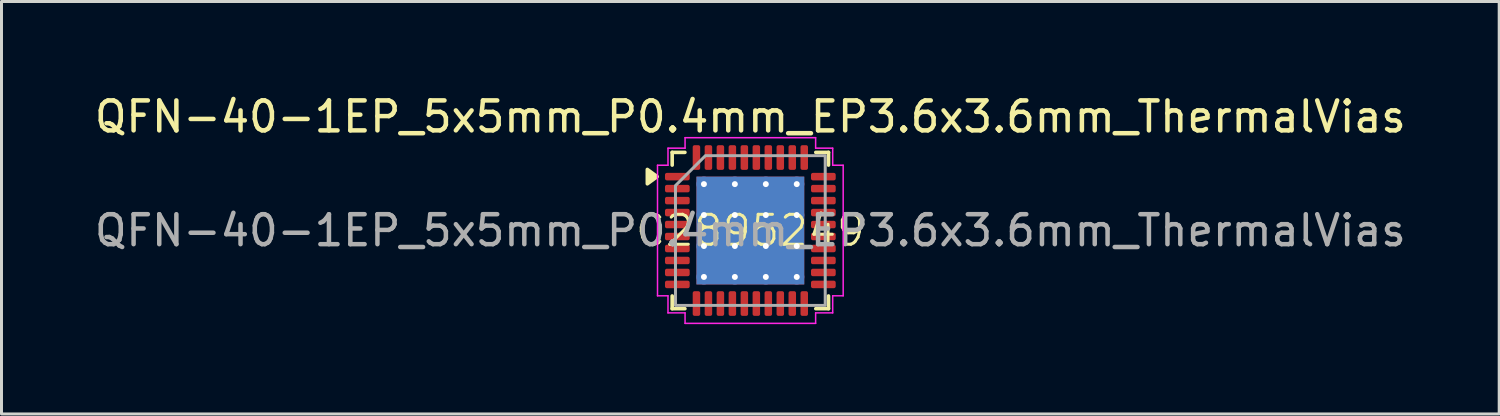
<source format=kicad_pcb>
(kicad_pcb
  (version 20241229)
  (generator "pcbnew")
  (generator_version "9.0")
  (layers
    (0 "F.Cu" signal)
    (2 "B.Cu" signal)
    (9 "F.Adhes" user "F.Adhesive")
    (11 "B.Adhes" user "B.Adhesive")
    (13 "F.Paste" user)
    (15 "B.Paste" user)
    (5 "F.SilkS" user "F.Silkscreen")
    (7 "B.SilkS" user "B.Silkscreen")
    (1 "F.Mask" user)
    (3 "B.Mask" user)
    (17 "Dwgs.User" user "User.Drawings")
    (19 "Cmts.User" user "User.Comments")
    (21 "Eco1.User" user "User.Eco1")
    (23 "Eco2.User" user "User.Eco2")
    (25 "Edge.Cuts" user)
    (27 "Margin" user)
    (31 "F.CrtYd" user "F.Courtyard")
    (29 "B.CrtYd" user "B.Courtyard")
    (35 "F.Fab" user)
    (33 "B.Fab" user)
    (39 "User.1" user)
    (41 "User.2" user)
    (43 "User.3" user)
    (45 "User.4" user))
  (footprint "QFN-40-1EP_5x5mm_P0.4mm_EP3.6x3.6mm_ThermalVias"
    (layer "F.Cu")
    (at 22.006 4.648)
    (property "Reference" "QFN-40-1EP_5x5mm_P0.4mm_EP3.6x3.6mm_ThermalVias" (at 0 -3.8 0) (layer "F.SilkS") (effects (font (size 1 1) (thickness 0.15))))
    (property "LCSC" "C2895249" (at 0 0 0) (layer "F.SilkS") (effects (font (size 1 1) (thickness 0.1))))
    (attr smd)
    (fp_line (start -2.61 -2.61) (end -2.185 -2.61) (stroke (width 0.12) (type solid)) (layer "F.SilkS"))
    (fp_line (start -2.61 -2.185) (end -2.61 -2.61) (stroke (width 0.12) (type solid)) (layer "F.SilkS"))
    (fp_line (start -2.61 2.61) (end -2.61 2.185) (stroke (width 0.12) (type solid)) (layer "F.SilkS"))
    (fp_line (start -2.185 2.61) (end -2.61 2.61) (stroke (width 0.12) (type solid)) (layer "F.SilkS"))
    (fp_line (start 2.185 -2.61) (end 2.61 -2.61) (stroke (width 0.12) (type solid)) (layer "F.SilkS"))
    (fp_line (start 2.61 -2.61) (end 2.61 -2.185) (stroke (width 0.12) (type solid)) (layer "F.SilkS"))
    (fp_line (start 2.61 2.185) (end 2.61 2.61) (stroke (width 0.12) (type solid)) (layer "F.SilkS"))
    (fp_line (start 2.61 2.61) (end 2.185 2.61) (stroke (width 0.12) (type solid)) (layer "F.SilkS"))
    (fp_poly (pts (xy -3.11 -1.8) (xy -3.44 -1.56) (xy -3.44 -2.04)) (stroke (width 0.12) (type solid)) (fill yes) (layer "F.SilkS"))
    (fp_line (start -3.1 -2.18) (end -2.75 -2.18) (stroke (width 0.05) (type solid)) (layer "F.CrtYd"))
    (fp_line (start -3.1 2.18) (end -3.1 -2.18) (stroke (width 0.05) (type solid)) (layer "F.CrtYd"))
    (fp_line (start -2.75 -2.75) (end -2.18 -2.75) (stroke (width 0.05) (type solid)) (layer "F.CrtYd"))
    (fp_line (start -2.75 -2.18) (end -2.75 -2.75) (stroke (width 0.05) (type solid)) (layer "F.CrtYd"))
    (fp_line (start -2.75 2.18) (end -3.1 2.18) (stroke (width 0.05) (type solid)) (layer "F.CrtYd"))
    (fp_line (start -2.75 2.75) (end -2.75 2.18) (stroke (width 0.05) (type solid)) (layer "F.CrtYd"))
    (fp_line (start -2.18 -3.1) (end 2.18 -3.1) (stroke (width 0.05) (type solid)) (layer "F.CrtYd"))
    (fp_line (start -2.18 -2.75) (end -2.18 -3.1) (stroke (width 0.05) (type solid)) (layer "F.CrtYd"))
    (fp_line (start -2.18 2.75) (end -2.75 2.75) (stroke (width 0.05) (type solid)) (layer "F.CrtYd"))
    (fp_line (start -2.18 3.1) (end -2.18 2.75) (stroke (width 0.05) (type solid)) (layer "F.CrtYd"))
    (fp_line (start 2.18 -3.1) (end 2.18 -2.75) (stroke (width 0.05) (type solid)) (layer "F.CrtYd"))
    (fp_line (start 2.18 -2.75) (end 2.75 -2.75) (stroke (width 0.05) (type solid)) (layer "F.CrtYd"))
    (fp_line (start 2.18 2.75) (end 2.18 3.1) (stroke (width 0.05) (type solid)) (layer "F.CrtYd"))
    (fp_line (start 2.18 3.1) (end -2.18 3.1) (stroke (width 0.05) (type solid)) (layer "F.CrtYd"))
    (fp_line (start 2.75 -2.75) (end 2.75 -2.18) (stroke (width 0.05) (type solid)) (layer "F.CrtYd"))
    (fp_line (start 2.75 -2.18) (end 3.1 -2.18) (stroke (width 0.05) (type solid)) (layer "F.CrtYd"))
    (fp_line (start 2.75 2.18) (end 2.75 2.75) (stroke (width 0.05) (type solid)) (layer "F.CrtYd"))
    (fp_line (start 2.75 2.75) (end 2.18 2.75) (stroke (width 0.05) (type solid)) (layer "F.CrtYd"))
    (fp_line (start 3.1 -2.18) (end 3.1 2.18) (stroke (width 0.05) (type solid)) (layer "F.CrtYd"))
    (fp_line (start 3.1 2.18) (end 2.75 2.18) (stroke (width 0.05) (type solid)) (layer "F.CrtYd"))
    (fp_poly (pts (xy -2.5 -1.5) (xy -2.5 2.5) (xy 2.5 2.5) (xy 2.5 -2.5) (xy -1.5 -2.5)) (stroke (width 0.1) (type solid)) (fill no) (layer "F.Fab"))
    (fp_text user "${REFERENCE}" (at 0 0 0) (layer "F.Fab") (effects (font (size 1 1) (thickness 0.15))))
    (pad "" smd roundrect (at -1.2 -1.2) (size 0.93 0.93) (layers "F.Paste") (roundrect_rratio 0.25))
    (pad "" smd roundrect (at -1.2 0) (size 0.93 0.93) (layers "F.Paste") (roundrect_rratio 0.25))
    (pad "" smd roundrect (at -1.2 1.2) (size 0.93 0.93) (layers "F.Paste") (roundrect_rratio 0.25))
    (pad "" smd roundrect (at 0 -1.2) (size 0.93 0.93) (layers "F.Paste") (roundrect_rratio 0.25))
    (pad "" smd roundrect (at 0 0) (size 0.93 0.93) (layers "F.Paste") (roundrect_rratio 0.25))
    (pad "" smd roundrect (at 0 1.2) (size 0.93 0.93) (layers "F.Paste") (roundrect_rratio 0.25))
    (pad "" smd roundrect (at 1.2 -1.2) (size 0.93 0.93) (layers "F.Paste") (roundrect_rratio 0.25))
    (pad "" smd roundrect (at 1.2 0) (size 0.93 0.93) (layers "F.Paste") (roundrect_rratio 0.25))
    (pad "" smd roundrect (at 1.2 1.2) (size 0.93 0.93) (layers "F.Paste") (roundrect_rratio 0.25))
    (pad "1" smd roundrect (at -2.438 -1.8) (size 0.825 0.25) (layers "F.Cu" "F.Mask" "F.Paste") (roundrect_rratio 0.25))
    (pad "2" smd roundrect (at -2.438 -1.4) (size 0.825 0.25) (layers "F.Cu" "F.Mask" "F.Paste") (roundrect_rratio 0.25))
    (pad "3" smd roundrect (at -2.438 -1) (size 0.825 0.25) (layers "F.Cu" "F.Mask" "F.Paste") (roundrect_rratio 0.25))
    (pad "4" smd roundrect (at -2.438 -0.6) (size 0.825 0.25) (layers "F.Cu" "F.Mask" "F.Paste") (roundrect_rratio 0.25))
    (pad "5" smd roundrect (at -2.438 -0.2) (size 0.825 0.25) (layers "F.Cu" "F.Mask" "F.Paste") (roundrect_rratio 0.25))
    (pad "6" smd roundrect (at -2.438 0.2) (size 0.825 0.25) (layers "F.Cu" "F.Mask" "F.Paste") (roundrect_rratio 0.25))
    (pad "7" smd roundrect (at -2.438 0.6) (size 0.825 0.25) (layers "F.Cu" "F.Mask" "F.Paste") (roundrect_rratio 0.25))
    (pad "8" smd roundrect (at -2.438 1) (size 0.825 0.25) (layers "F.Cu" "F.Mask" "F.Paste") (roundrect_rratio 0.25))
    (pad "9" smd roundrect (at -2.438 1.4) (size 0.825 0.25) (layers "F.Cu" "F.Mask" "F.Paste") (roundrect_rratio 0.25))
    (pad "10" smd roundrect (at -2.438 1.8) (size 0.825 0.25) (layers "F.Cu" "F.Mask" "F.Paste") (roundrect_rratio 0.25))
    (pad "11" smd roundrect (at -1.8 2.438) (size 0.25 0.825) (layers "F.Cu" "F.Mask" "F.Paste") (roundrect_rratio 0.25))
    (pad "12" smd roundrect (at -1.4 2.438) (size 0.25 0.825) (layers "F.Cu" "F.Mask" "F.Paste") (roundrect_rratio 0.25))
    (pad "13" smd roundrect (at -1 2.438) (size 0.25 0.825) (layers "F.Cu" "F.Mask" "F.Paste") (roundrect_rratio 0.25))
    (pad "14" smd roundrect (at -0.6 2.438) (size 0.25 0.825) (layers "F.Cu" "F.Mask" "F.Paste") (roundrect_rratio 0.25))
    (pad "15" smd roundrect (at -0.2 2.438) (size 0.25 0.825) (layers "F.Cu" "F.Mask" "F.Paste") (roundrect_rratio 0.25))
    (pad "16" smd roundrect (at 0.2 2.438) (size 0.25 0.825) (layers "F.Cu" "F.Mask" "F.Paste") (roundrect_rratio 0.25))
    (pad "17" smd roundrect (at 0.6 2.438) (size 0.25 0.825) (layers "F.Cu" "F.Mask" "F.Paste") (roundrect_rratio 0.25))
    (pad "18" smd roundrect (at 1 2.438) (size 0.25 0.825) (layers "F.Cu" "F.Mask" "F.Paste") (roundrect_rratio 0.25))
    (pad "19" smd roundrect (at 1.4 2.438) (size 0.25 0.825) (layers "F.Cu" "F.Mask" "F.Paste") (roundrect_rratio 0.25))
    (pad "20" smd roundrect (at 1.8 2.438) (size 0.25 0.825) (layers "F.Cu" "F.Mask" "F.Paste") (roundrect_rratio 0.25))
    (pad "21" smd roundrect (at 2.438 1.8) (size 0.825 0.25) (layers "F.Cu" "F.Mask" "F.Paste") (roundrect_rratio 0.25))
    (pad "22" smd roundrect (at 2.438 1.4) (size 0.825 0.25) (layers "F.Cu" "F.Mask" "F.Paste") (roundrect_rratio 0.25))
    (pad "23" smd roundrect (at 2.438 1) (size 0.825 0.25) (layers "F.Cu" "F.Mask" "F.Paste") (roundrect_rratio 0.25))
    (pad "24" smd roundrect (at 2.438 0.6) (size 0.825 0.25) (layers "F.Cu" "F.Mask" "F.Paste") (roundrect_rratio 0.25))
    (pad "25" smd roundrect (at 2.438 0.2) (size 0.825 0.25) (layers "F.Cu" "F.Mask" "F.Paste") (roundrect_rratio 0.25))
    (pad "26" smd roundrect (at 2.438 -0.2) (size 0.825 0.25) (layers "F.Cu" "F.Mask" "F.Paste") (roundrect_rratio 0.25))
    (pad "27" smd roundrect (at 2.438 -0.6) (size 0.825 0.25) (layers "F.Cu" "F.Mask" "F.Paste") (roundrect_rratio 0.25))
    (pad "28" smd roundrect (at 2.438 -1) (size 0.825 0.25) (layers "F.Cu" "F.Mask" "F.Paste") (roundrect_rratio 0.25))
    (pad "29" smd roundrect (at 2.438 -1.4) (size 0.825 0.25) (layers "F.Cu" "F.Mask" "F.Paste") (roundrect_rratio 0.25))
    (pad "30" smd roundrect (at 2.438 -1.8) (size 0.825 0.25) (layers "F.Cu" "F.Mask" "F.Paste") (roundrect_rratio 0.25))
    (pad "31" smd roundrect (at 1.8 -2.438) (size 0.25 0.825) (layers "F.Cu" "F.Mask" "F.Paste") (roundrect_rratio 0.25))
    (pad "32" smd roundrect (at 1.4 -2.438) (size 0.25 0.825) (layers "F.Cu" "F.Mask" "F.Paste") (roundrect_rratio 0.25))
    (pad "33" smd roundrect (at 1 -2.438) (size 0.25 0.825) (layers "F.Cu" "F.Mask" "F.Paste") (roundrect_rratio 0.25))
    (pad "34" smd roundrect (at 0.6 -2.438) (size 0.25 0.825) (layers "F.Cu" "F.Mask" "F.Paste") (roundrect_rratio 0.25))
    (pad "35" smd roundrect (at 0.2 -2.438) (size 0.25 0.825) (layers "F.Cu" "F.Mask" "F.Paste") (roundrect_rratio 0.25))
    (pad "36" smd roundrect (at -0.2 -2.438) (size 0.25 0.825) (layers "F.Cu" "F.Mask" "F.Paste") (roundrect_rratio 0.25))
    (pad "37" smd roundrect (at -0.6 -2.438) (size 0.25 0.825) (layers "F.Cu" "F.Mask" "F.Paste") (roundrect_rratio 0.25))
    (pad "38" smd roundrect (at -1 -2.438) (size 0.25 0.825) (layers "F.Cu" "F.Mask" "F.Paste") (roundrect_rratio 0.25))
    (pad "39" smd roundrect (at -1.4 -2.438) (size 0.25 0.825) (layers "F.Cu" "F.Mask" "F.Paste") (roundrect_rratio 0.25))
    (pad "40" smd roundrect (at -1.8 -2.438) (size 0.25 0.825) (layers "F.Cu" "F.Mask" "F.Paste") (roundrect_rratio 0.25))
    (pad "41" thru_hole circle (at -1.55 -1.55) (size 0.5 0.5) (drill 0.2) (property pad_prop_heatsink) (layers "*.Cu"))
    (pad "41" thru_hole circle (at -1.55 -0.517) (size 0.5 0.5) (drill 0.2) (property pad_prop_heatsink) (layers "*.Cu"))
    (pad "41" thru_hole circle (at -1.55 0.517) (size 0.5 0.5) (drill 0.2) (property pad_prop_heatsink) (layers "*.Cu"))
    (pad "41" thru_hole circle (at -1.55 1.55) (size 0.5 0.5) (drill 0.2) (property pad_prop_heatsink) (layers "*.Cu"))
    (pad "41" thru_hole circle (at -0.517 -1.55) (size 0.5 0.5) (drill 0.2) (property pad_prop_heatsink) (layers "*.Cu"))
    (pad "41" thru_hole circle (at -0.517 -0.517) (size 0.5 0.5) (drill 0.2) (property pad_prop_heatsink) (layers "*.Cu"))
    (pad "41" thru_hole circle (at -0.517 0.517) (size 0.5 0.5) (drill 0.2) (property pad_prop_heatsink) (layers "*.Cu"))
    (pad "41" thru_hole circle (at -0.517 1.55) (size 0.5 0.5) (drill 0.2) (property pad_prop_heatsink) (layers "*.Cu"))
    (pad "41" smd rect (at 0 0) (size 3.6 3.6) (property pad_prop_heatsink) (layers "F.Cu" "F.Mask"))
    (pad "41" smd rect (at 0 0) (size 3.6 3.6) (property pad_prop_heatsink) (layers "B.Cu"))
    (pad "41" thru_hole circle (at 0.517 -1.55) (size 0.5 0.5) (drill 0.2) (property pad_prop_heatsink) (layers "*.Cu"))
    (pad "41" thru_hole circle (at 0.517 -0.517) (size 0.5 0.5) (drill 0.2) (property pad_prop_heatsink) (layers "*.Cu"))
    (pad "41" thru_hole circle (at 0.517 0.517) (size 0.5 0.5) (drill 0.2) (property pad_prop_heatsink) (layers "*.Cu"))
    (pad "41" thru_hole circle (at 0.517 1.55) (size 0.5 0.5) (drill 0.2) (property pad_prop_heatsink) (layers "*.Cu"))
    (pad "41" thru_hole circle (at 1.55 -1.55) (size 0.5 0.5) (drill 0.2) (property pad_prop_heatsink) (layers "*.Cu"))
    (pad "41" thru_hole circle (at 1.55 -0.517) (size 0.5 0.5) (drill 0.2) (property pad_prop_heatsink) (layers "*.Cu"))
    (pad "41" thru_hole circle (at 1.55 0.517) (size 0.5 0.5) (drill 0.2) (property pad_prop_heatsink) (layers "*.Cu"))
    (pad "41" thru_hole circle (at 1.55 1.55) (size 0.5 0.5) (drill 0.2) (property pad_prop_heatsink) (layers "*.Cu")))
  (gr_rect
    (start -3 -3)
    (end 47.012 10.773)
    (stroke (width 0.1) (type default))
    (fill no)
    (layer "Edge.Cuts")))
</source>
